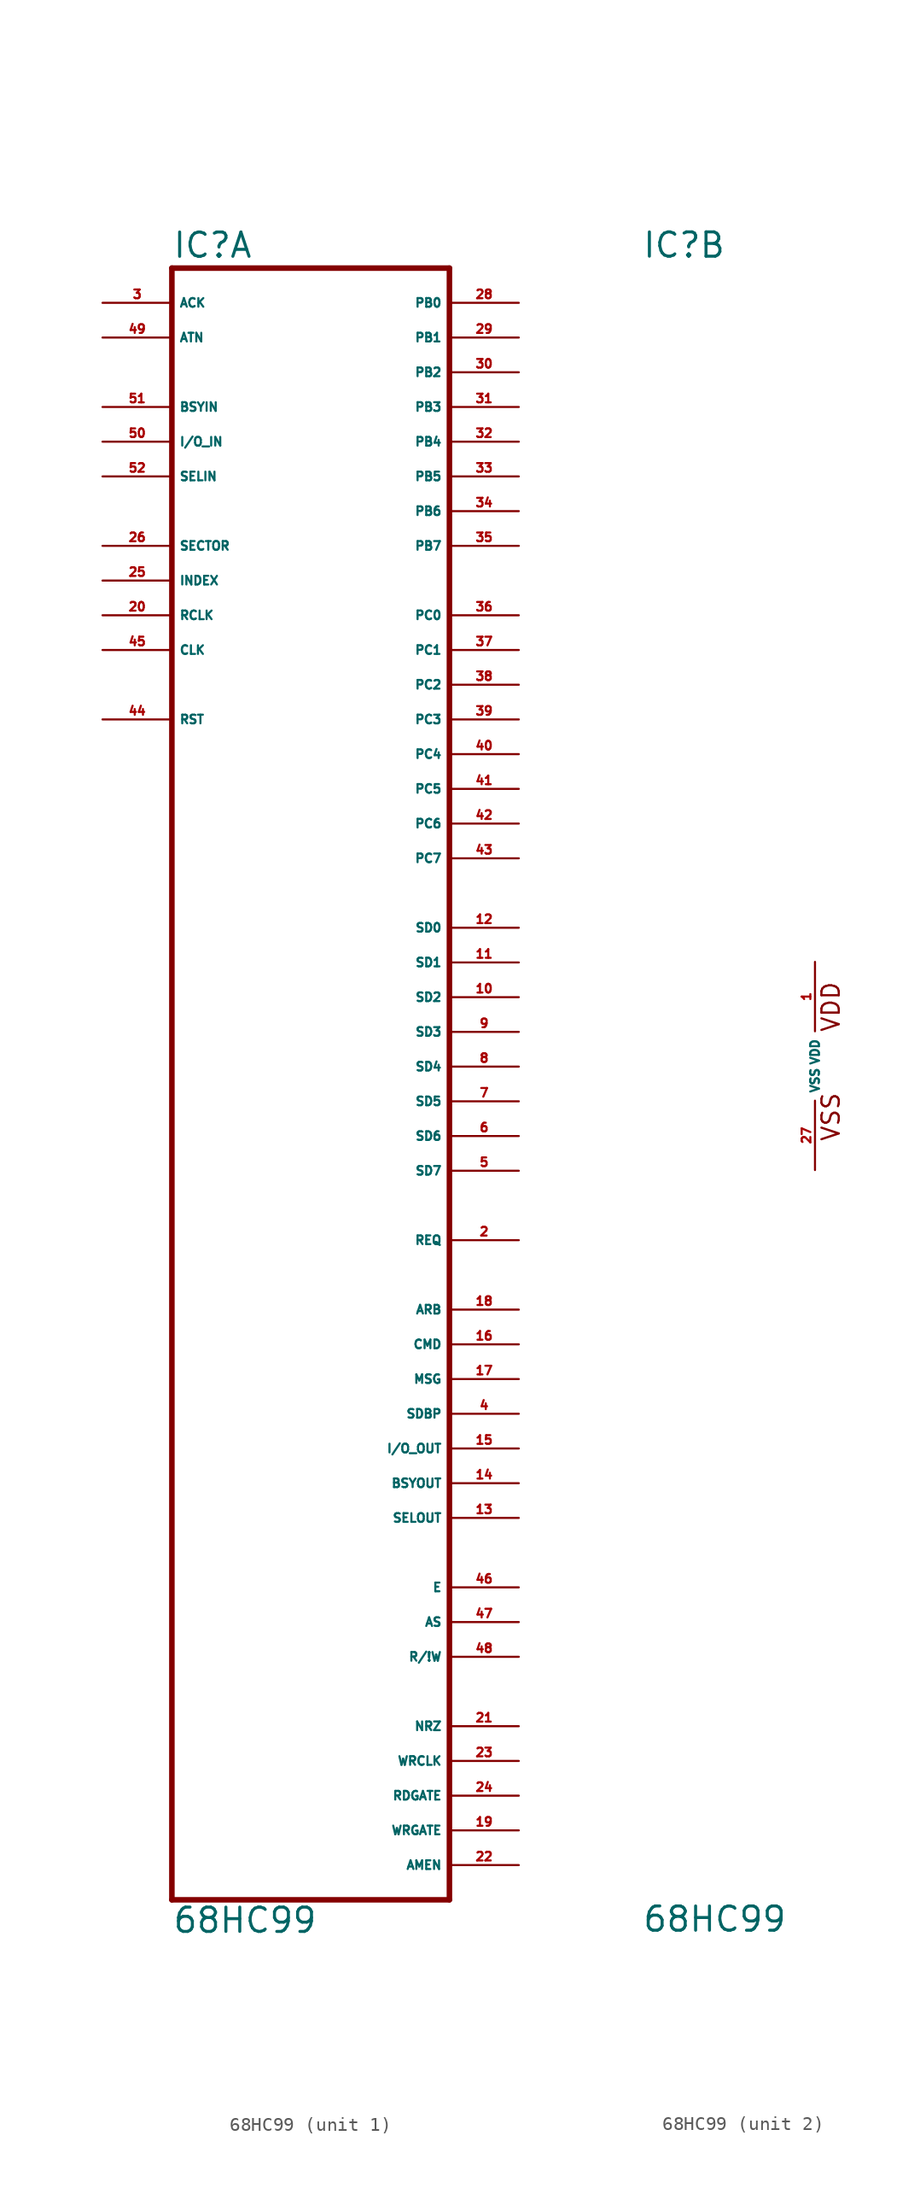
<source format=kicad_sym>
(kicad_symbol_lib
  (version 20220914)
  (generator Eagle2Kicad)
  (symbol "68HC99"
    (property "Reference" "IC"
      (at -12.7 59.055 0)
      (effects (font (size 1.778 1.778) (thickness 0.22)) (justify left bottom)))
    (property "Value" "68HC99"
      (at -12.7 -63.5 0)
      (effects (font (size 1.778 1.778) (thickness 0.22)) (justify left bottom)))
    (symbol "68HC99_1_0"
      (polyline (pts (xy -12.7 -60.96) (xy 7.62 -60.96)) (stroke (width 0.406) (type default)) (fill (type none)))
      (polyline (pts (xy 7.62 -60.96) (xy 7.62 58.42)) (stroke (width 0.406) (type default)) (fill (type none)))
      (polyline (pts (xy 7.62 58.42) (xy -12.7 58.42)) (stroke (width 0.406) (type default)) (fill (type none)))
      (polyline (pts (xy -12.7 58.42) (xy -12.7 -60.96)) (stroke (width 0.406) (type default)) (fill (type none)))
      (pin output line (at 12.7 -12.7 180) (length 5.08) (name "REQ" (effects (font (size 0.635 0.635) (thickness 0.08)) (justify left bottom))) (number "2" (effects (font (size 0.635 0.635) (thickness 0.08)) (justify left bottom))))
      (pin input line (at -17.78 55.88 0) (length 5.08) (name "ACK" (effects (font (size 0.635 0.635) (thickness 0.08)) (justify left bottom))) (number "3" (effects (font (size 0.635 0.635) (thickness 0.08)) (justify left bottom))))
      (pin output line (at 12.7 -25.4 180) (length 5.08) (name "SDBP" (effects (font (size 0.635 0.635) (thickness 0.08)) (justify left bottom))) (number "4" (effects (font (size 0.635 0.635) (thickness 0.08)) (justify left bottom))))
      (pin output line (at 12.7 -7.62 180) (length 5.08) (name "SD7" (effects (font (size 0.635 0.635) (thickness 0.08)) (justify left bottom))) (number "5" (effects (font (size 0.635 0.635) (thickness 0.08)) (justify left bottom))))
      (pin output line (at 12.7 -5.08 180) (length 5.08) (name "SD6" (effects (font (size 0.635 0.635) (thickness 0.08)) (justify left bottom))) (number "6" (effects (font (size 0.635 0.635) (thickness 0.08)) (justify left bottom))))
      (pin output line (at 12.7 -2.54 180) (length 5.08) (name "SD5" (effects (font (size 0.635 0.635) (thickness 0.08)) (justify left bottom))) (number "7" (effects (font (size 0.635 0.635) (thickness 0.08)) (justify left bottom))))
      (pin output line (at 12.7 0 180) (length 5.08) (name "SD4" (effects (font (size 0.635 0.635) (thickness 0.08)) (justify left bottom))) (number "8" (effects (font (size 0.635 0.635) (thickness 0.08)) (justify left bottom))))
      (pin output line (at 12.7 2.54 180) (length 5.08) (name "SD3" (effects (font (size 0.635 0.635) (thickness 0.08)) (justify left bottom))) (number "9" (effects (font (size 0.635 0.635) (thickness 0.08)) (justify left bottom))))
      (pin output line (at 12.7 5.08 180) (length 5.08) (name "SD2" (effects (font (size 0.635 0.635) (thickness 0.08)) (justify left bottom))) (number "10" (effects (font (size 0.635 0.635) (thickness 0.08)) (justify left bottom))))
      (pin output line (at 12.7 7.62 180) (length 5.08) (name "SD1" (effects (font (size 0.635 0.635) (thickness 0.08)) (justify left bottom))) (number "11" (effects (font (size 0.635 0.635) (thickness 0.08)) (justify left bottom))))
      (pin output line (at 12.7 10.16 180) (length 5.08) (name "SD0" (effects (font (size 0.635 0.635) (thickness 0.08)) (justify left bottom))) (number "12" (effects (font (size 0.635 0.635) (thickness 0.08)) (justify left bottom))))
      (pin output line (at 12.7 -33.02 180) (length 5.08) (name "SELOUT" (effects (font (size 0.635 0.635) (thickness 0.08)) (justify left bottom))) (number "13" (effects (font (size 0.635 0.635) (thickness 0.08)) (justify left bottom))))
      (pin output line (at 12.7 -30.48 180) (length 5.08) (name "BSYOUT" (effects (font (size 0.635 0.635) (thickness 0.08)) (justify left bottom))) (number "14" (effects (font (size 0.635 0.635) (thickness 0.08)) (justify left bottom))))
      (pin output line (at 12.7 -27.94 180) (length 5.08) (name "I/O_OUT" (effects (font (size 0.635 0.635) (thickness 0.08)) (justify left bottom))) (number "15" (effects (font (size 0.635 0.635) (thickness 0.08)) (justify left bottom))))
      (pin output line (at 12.7 -20.32 180) (length 5.08) (name "CMD" (effects (font (size 0.635 0.635) (thickness 0.08)) (justify left bottom))) (number "16" (effects (font (size 0.635 0.635) (thickness 0.08)) (justify left bottom))))
      (pin output line (at 12.7 -22.86 180) (length 5.08) (name "MSG" (effects (font (size 0.635 0.635) (thickness 0.08)) (justify left bottom))) (number "17" (effects (font (size 0.635 0.635) (thickness 0.08)) (justify left bottom))))
      (pin output line (at 12.7 -17.78 180) (length 5.08) (name "ARB" (effects (font (size 0.635 0.635) (thickness 0.08)) (justify left bottom))) (number "18" (effects (font (size 0.635 0.635) (thickness 0.08)) (justify left bottom))))
      (pin output line (at 12.7 -55.88 180) (length 5.08) (name "WRGATE" (effects (font (size 0.635 0.635) (thickness 0.08)) (justify left bottom))) (number "19" (effects (font (size 0.635 0.635) (thickness 0.08)) (justify left bottom))))
      (pin input line (at -17.78 33.02 0) (length 5.08) (name "RCLK" (effects (font (size 0.635 0.635) (thickness 0.08)) (justify left bottom))) (number "20" (effects (font (size 0.635 0.635) (thickness 0.08)) (justify left bottom))))
      (pin bidirectional line (at 12.7 -48.26 180) (length 5.08) (name "NRZ" (effects (font (size 0.635 0.635) (thickness 0.08)) (justify left bottom))) (number "21" (effects (font (size 0.635 0.635) (thickness 0.08)) (justify left bottom))))
      (pin output line (at 12.7 -58.42 180) (length 5.08) (name "AMEN" (effects (font (size 0.635 0.635) (thickness 0.08)) (justify left bottom))) (number "22" (effects (font (size 0.635 0.635) (thickness 0.08)) (justify left bottom))))
      (pin output line (at 12.7 -50.8 180) (length 5.08) (name "WRCLK" (effects (font (size 0.635 0.635) (thickness 0.08)) (justify left bottom))) (number "23" (effects (font (size 0.635 0.635) (thickness 0.08)) (justify left bottom))))
      (pin output line (at 12.7 -53.34 180) (length 5.08) (name "RDGATE" (effects (font (size 0.635 0.635) (thickness 0.08)) (justify left bottom))) (number "24" (effects (font (size 0.635 0.635) (thickness 0.08)) (justify left bottom))))
      (pin input line (at -17.78 35.56 0) (length 5.08) (name "INDEX" (effects (font (size 0.635 0.635) (thickness 0.08)) (justify left bottom))) (number "25" (effects (font (size 0.635 0.635) (thickness 0.08)) (justify left bottom))))
      (pin input line (at -17.78 38.1 0) (length 5.08) (name "SECTOR" (effects (font (size 0.635 0.635) (thickness 0.08)) (justify left bottom))) (number "26" (effects (font (size 0.635 0.635) (thickness 0.08)) (justify left bottom))))
      (pin bidirectional line (at 12.7 55.88 180) (length 5.08) (name "PB0" (effects (font (size 0.635 0.635) (thickness 0.08)) (justify left bottom))) (number "28" (effects (font (size 0.635 0.635) (thickness 0.08)) (justify left bottom))))
      (pin bidirectional line (at 12.7 53.34 180) (length 5.08) (name "PB1" (effects (font (size 0.635 0.635) (thickness 0.08)) (justify left bottom))) (number "29" (effects (font (size 0.635 0.635) (thickness 0.08)) (justify left bottom))))
      (pin bidirectional line (at 12.7 50.8 180) (length 5.08) (name "PB2" (effects (font (size 0.635 0.635) (thickness 0.08)) (justify left bottom))) (number "30" (effects (font (size 0.635 0.635) (thickness 0.08)) (justify left bottom))))
      (pin bidirectional line (at 12.7 48.26 180) (length 5.08) (name "PB3" (effects (font (size 0.635 0.635) (thickness 0.08)) (justify left bottom))) (number "31" (effects (font (size 0.635 0.635) (thickness 0.08)) (justify left bottom))))
      (pin bidirectional line (at 12.7 45.72 180) (length 5.08) (name "PB4" (effects (font (size 0.635 0.635) (thickness 0.08)) (justify left bottom))) (number "32" (effects (font (size 0.635 0.635) (thickness 0.08)) (justify left bottom))))
      (pin bidirectional line (at 12.7 43.18 180) (length 5.08) (name "PB5" (effects (font (size 0.635 0.635) (thickness 0.08)) (justify left bottom))) (number "33" (effects (font (size 0.635 0.635) (thickness 0.08)) (justify left bottom))))
      (pin bidirectional line (at 12.7 40.64 180) (length 5.08) (name "PB6" (effects (font (size 0.635 0.635) (thickness 0.08)) (justify left bottom))) (number "34" (effects (font (size 0.635 0.635) (thickness 0.08)) (justify left bottom))))
      (pin bidirectional line (at 12.7 38.1 180) (length 5.08) (name "PB7" (effects (font (size 0.635 0.635) (thickness 0.08)) (justify left bottom))) (number "35" (effects (font (size 0.635 0.635) (thickness 0.08)) (justify left bottom))))
      (pin bidirectional line (at 12.7 33.02 180) (length 5.08) (name "PC0" (effects (font (size 0.635 0.635) (thickness 0.08)) (justify left bottom))) (number "36" (effects (font (size 0.635 0.635) (thickness 0.08)) (justify left bottom))))
      (pin bidirectional line (at 12.7 30.48 180) (length 5.08) (name "PC1" (effects (font (size 0.635 0.635) (thickness 0.08)) (justify left bottom))) (number "37" (effects (font (size 0.635 0.635) (thickness 0.08)) (justify left bottom))))
      (pin bidirectional line (at 12.7 27.94 180) (length 5.08) (name "PC2" (effects (font (size 0.635 0.635) (thickness 0.08)) (justify left bottom))) (number "38" (effects (font (size 0.635 0.635) (thickness 0.08)) (justify left bottom))))
      (pin bidirectional line (at 12.7 25.4 180) (length 5.08) (name "PC3" (effects (font (size 0.635 0.635) (thickness 0.08)) (justify left bottom))) (number "39" (effects (font (size 0.635 0.635) (thickness 0.08)) (justify left bottom))))
      (pin bidirectional line (at 12.7 22.86 180) (length 5.08) (name "PC4" (effects (font (size 0.635 0.635) (thickness 0.08)) (justify left bottom))) (number "40" (effects (font (size 0.635 0.635) (thickness 0.08)) (justify left bottom))))
      (pin bidirectional line (at 12.7 20.32 180) (length 5.08) (name "PC5" (effects (font (size 0.635 0.635) (thickness 0.08)) (justify left bottom))) (number "41" (effects (font (size 0.635 0.635) (thickness 0.08)) (justify left bottom))))
      (pin bidirectional line (at 12.7 17.78 180) (length 5.08) (name "PC6" (effects (font (size 0.635 0.635) (thickness 0.08)) (justify left bottom))) (number "42" (effects (font (size 0.635 0.635) (thickness 0.08)) (justify left bottom))))
      (pin bidirectional line (at 12.7 15.24 180) (length 5.08) (name "PC7" (effects (font (size 0.635 0.635) (thickness 0.08)) (justify left bottom))) (number "43" (effects (font (size 0.635 0.635) (thickness 0.08)) (justify left bottom))))
      (pin input line (at -17.78 25.4 0) (length 5.08) (name "RST" (effects (font (size 0.635 0.635) (thickness 0.08)) (justify left bottom))) (number "44" (effects (font (size 0.635 0.635) (thickness 0.08)) (justify left bottom))))
      (pin input line (at -17.78 30.48 0) (length 5.08) (name "CLK" (effects (font (size 0.635 0.635) (thickness 0.08)) (justify left bottom))) (number "45" (effects (font (size 0.635 0.635) (thickness 0.08)) (justify left bottom))))
      (pin output line (at 12.7 -38.1 180) (length 5.08) (name "E" (effects (font (size 0.635 0.635) (thickness 0.08)) (justify left bottom))) (number "46" (effects (font (size 0.635 0.635) (thickness 0.08)) (justify left bottom))))
      (pin output line (at 12.7 -40.64 180) (length 5.08) (name "AS" (effects (font (size 0.635 0.635) (thickness 0.08)) (justify left bottom))) (number "47" (effects (font (size 0.635 0.635) (thickness 0.08)) (justify left bottom))))
      (pin output line (at 12.7 -43.18 180) (length 5.08) (name "R/!W" (effects (font (size 0.635 0.635) (thickness 0.08)) (justify left bottom))) (number "48" (effects (font (size 0.635 0.635) (thickness 0.08)) (justify left bottom))))
      (pin input line (at -17.78 53.34 0) (length 5.08) (name "ATN" (effects (font (size 0.635 0.635) (thickness 0.08)) (justify left bottom))) (number "49" (effects (font (size 0.635 0.635) (thickness 0.08)) (justify left bottom))))
      (pin input line (at -17.78 45.72 0) (length 5.08) (name "I/O_IN" (effects (font (size 0.635 0.635) (thickness 0.08)) (justify left bottom))) (number "50" (effects (font (size 0.635 0.635) (thickness 0.08)) (justify left bottom))))
      (pin input line (at -17.78 48.26 0) (length 5.08) (name "BSYIN" (effects (font (size 0.635 0.635) (thickness 0.08)) (justify left bottom))) (number "51" (effects (font (size 0.635 0.635) (thickness 0.08)) (justify left bottom))))
      (pin input line (at -17.78 43.18 0) (length 5.08) (name "SELIN" (effects (font (size 0.635 0.635) (thickness 0.08)) (justify left bottom))) (number "52" (effects (font (size 0.635 0.635) (thickness 0.08)) (justify left bottom)))))
    (symbol "68HC99_2_0"
      (text "VSS" (at 1.905 -5.588 900) (effects (font (size 1.27 1.27) (thickness 0.16)) (justify left bottom)))
      (text "VDD" (at 1.905 2.413 900) (effects (font (size 1.27 1.27) (thickness 0.16)) (justify left bottom)))
      (pin unspecified line (at 0 -7.62 90) (length 5.08) (name "VSS" (effects (font (size 0.635 0.635) (thickness 0.08)) (justify left bottom))) (number "27" (effects (font (size 0.635 0.635) (thickness 0.08)) (justify left bottom))))
      (pin unspecified line (at 0 7.62 270) (length 5.08) (name "VDD" (effects (font (size 0.635 0.635) (thickness 0.08)) (justify left bottom))) (number "1" (effects (font (size 0.635 0.635) (thickness 0.08)) (justify left bottom)))))))
</source>
